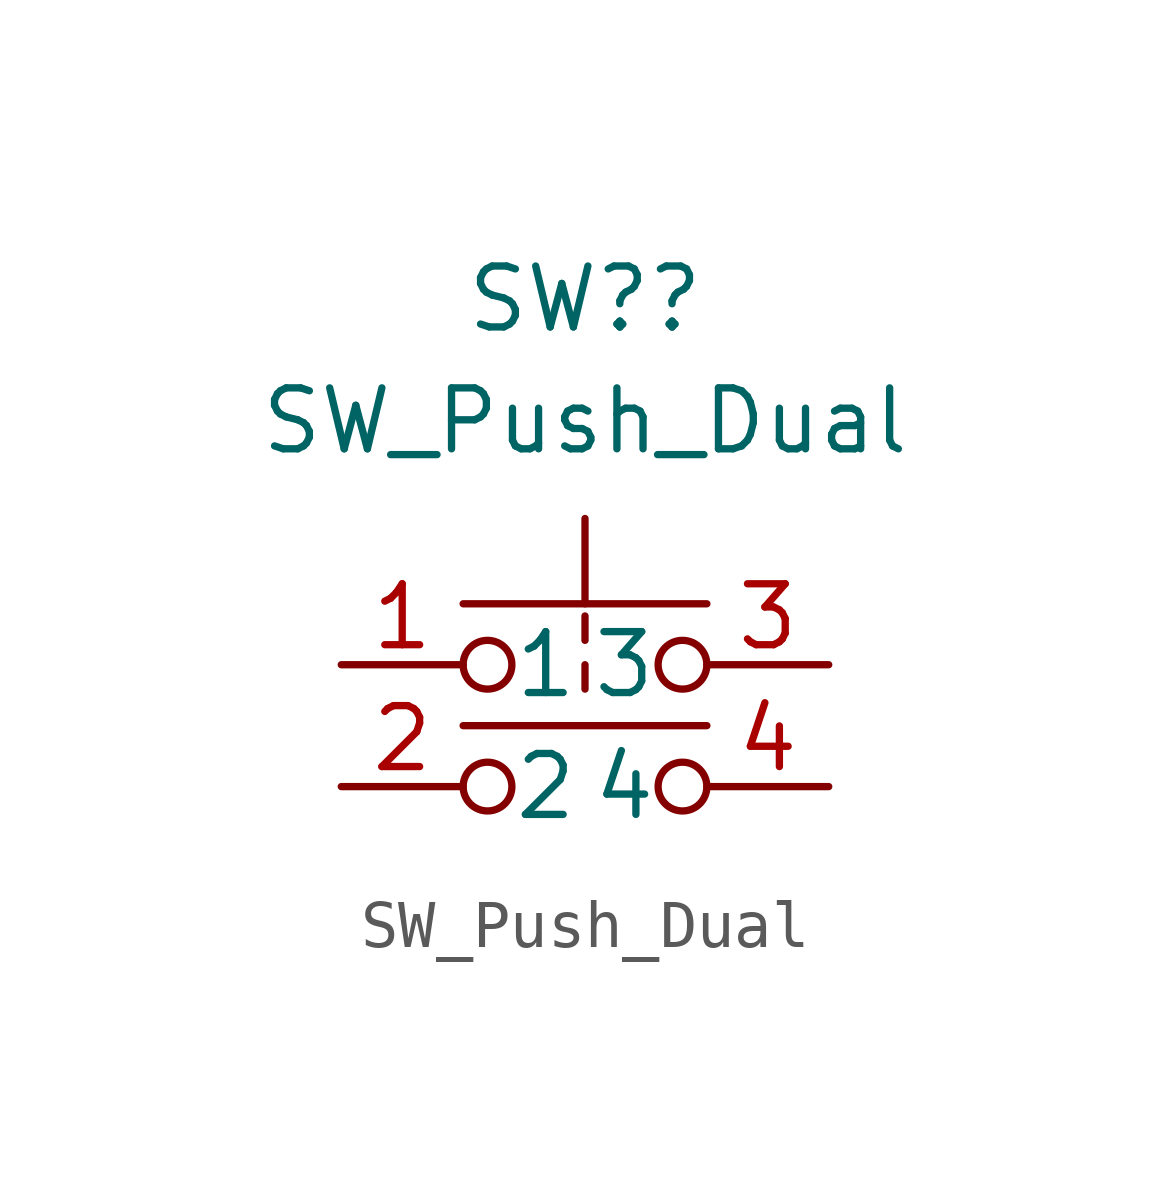
<source format=kicad_sym>
(kicad_symbol_lib
  (version 20211014)
  (generator kicad_symbol_editor)
  (symbol "SW_Push_Dual"
    (pin_names
      (offset 1.016))
    (property "Reference" "SW?"
      (at 0 7.62 0)
      (effects (font (size 1.27 1.27))))
    (property "Value" "SW_Push_Dual"
      (at 0 5.08 0)
      (effects (font (size 1.27 1.27))))
    (property "Footprint" ""
      (at 0 -1.27 0)
      (effects (font (size 1.524 1.524))))
    (property "Datasheet" ""
      (at 0 -1.27 0)
      (effects (font (size 1.524 1.524))))
    (symbol "SW_Push_Dual_1_1"
      (circle (center -2.032 -2.54) (radius 0.508) (stroke (width 0) (type default) (color 0 0 0 0)) (fill (type none)))
      (circle (center -2.032 0) (radius 0.508) (stroke (width 0) (type default) (color 0 0 0 0)) (fill (type none)))
      (polyline (pts (xy 0 -0.508) (xy 0 0)) (stroke (width 0) (type default) (color 0 0 0 0)) (fill (type none)))
      (polyline (pts (xy 0 0.508) (xy 0 1.016)) (stroke (width 0) (type default) (color 0 0 0 0)) (fill (type none)))
      (polyline (pts (xy 0 1.27) (xy 0 3.048)) (stroke (width 0) (type default) (color 0 0 0 0)) (fill (type none)))
      (polyline (pts (xy 2.54 -1.27) (xy -2.54 -1.27)) (stroke (width 0) (type default) (color 0 0 0 0)) (fill (type none)))
      (polyline (pts (xy 2.54 1.27) (xy -2.54 1.27)) (stroke (width 0) (type default) (color 0 0 0 0)) (fill (type none)))
      (circle (center 2.032 -2.54) (radius 0.508) (stroke (width 0) (type default) (color 0 0 0 0)) (fill (type none)))
      (circle (center 2.032 0) (radius 0.508) (stroke (width 0) (type default) (color 0 0 0 0)) (fill (type none)))
      (pin passive line (at -5.08 0 0) (length 2.54) (name "1" (effects (font (size 1.27 1.27)))) (number "1" (effects (font (size 1.27 1.27)))))
      (pin passive line (at -5.08 -2.54 0) (length 2.54) (name "2" (effects (font (size 1.27 1.27)))) (number "2" (effects (font (size 1.27 1.27)))))
      (pin passive line (at 5.08 0 180) (length 2.54) (name "3" (effects (font (size 1.27 1.27)))) (number "3" (effects (font (size 1.27 1.27)))))
      (pin passive line (at 5.08 -2.54 180) (length 2.54) (name "4" (effects (font (size 1.27 1.27)))) (number "4" (effects (font (size 1.27 1.27))))))))
</source>
